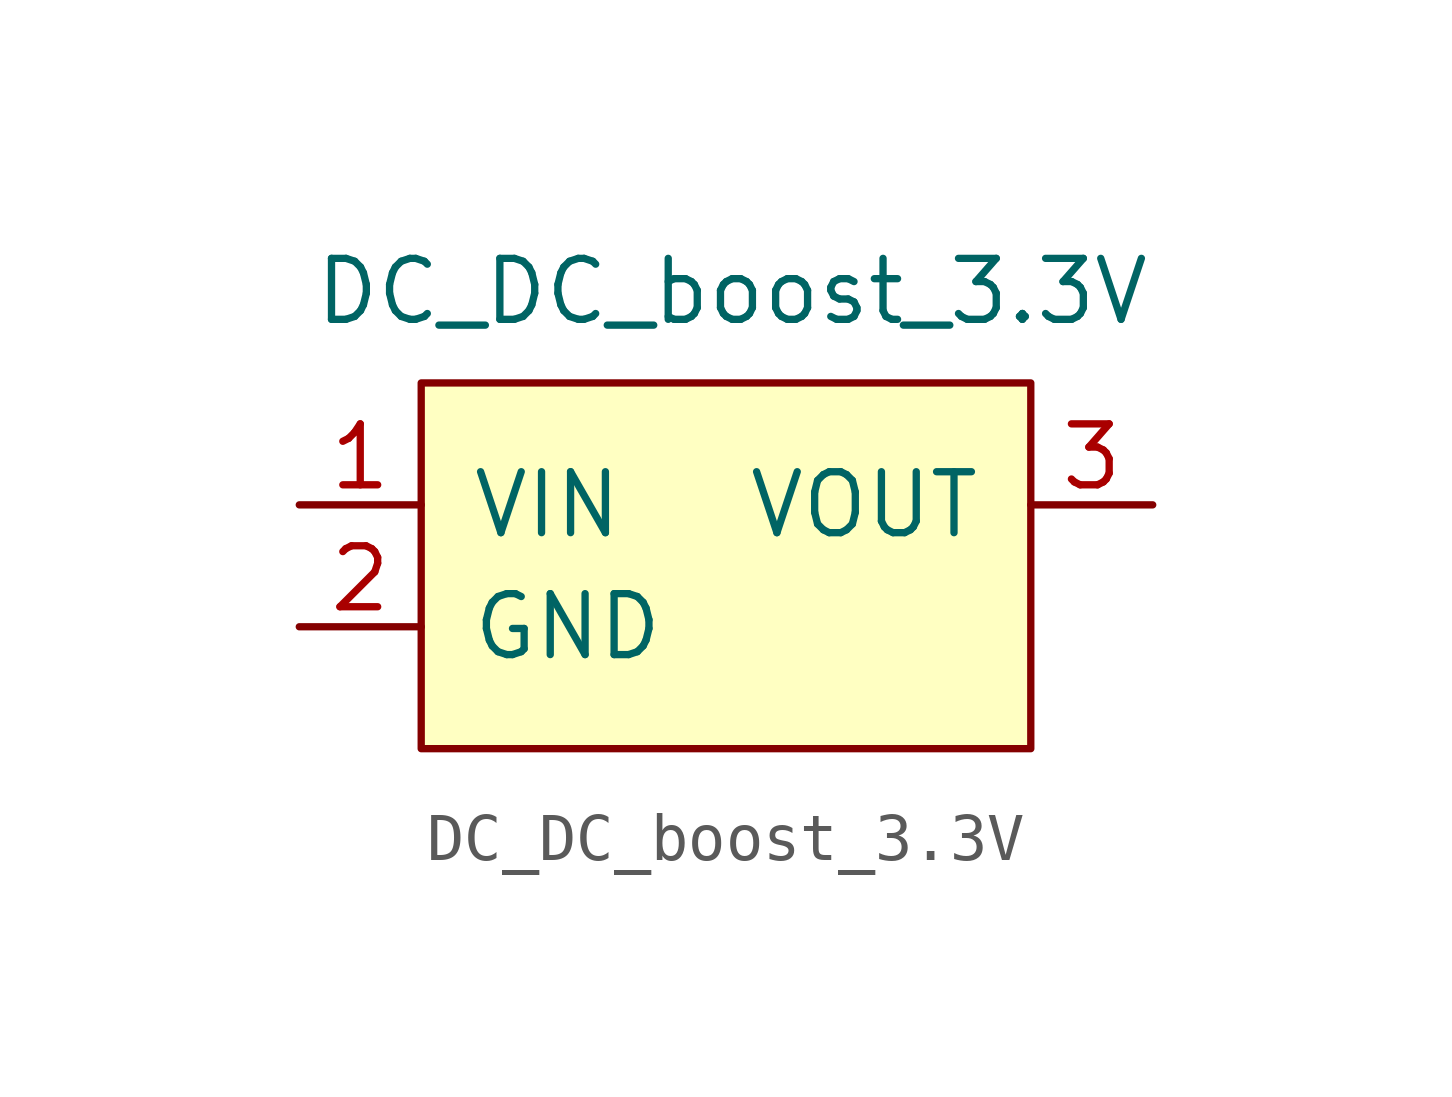
<source format=kicad_sym>
(kicad_symbol_lib
  (version 20211014)
  (generator kicad_symbol_editor)
  (symbol "DC_DC_boost_3.3V"
    (pin_names
      (offset 1.016))
    (property "Reference" "NA?"
      (at 1.27 2.54 0)
      (effects (font (size 1.27 1.27)) (justify right) hide))
    (property "Value" "DC_DC_boost_3.3V"
      (at 0.127 5.715 0)
      (effects (font (size 1.27 1.27))))
    (symbol "DC_DC_boost_3.3V_0_1"
      (rectangle (start -6.35 3.81) (end 6.35 -3.81) (stroke (width 0) (type default) (color 0 0 0 0)) (fill (type background))))
    (symbol "DC_DC_boost_3.3V_1_1"
      (pin input line (at -8.89 1.27 0) (length 2.54) (name "VIN" (effects (font (size 1.27 1.27)))) (number "1" (effects (font (size 1.27 1.27)))))
      (pin input line (at -8.89 -1.27 0) (length 2.54) (name "GND" (effects (font (size 1.27 1.27)))) (number "2" (effects (font (size 1.27 1.27)))))
      (pin input line (at 8.89 1.27 180) (length 2.54) (name "VOUT" (effects (font (size 1.27 1.27)))) (number "3" (effects (font (size 1.27 1.27))))))))
</source>
